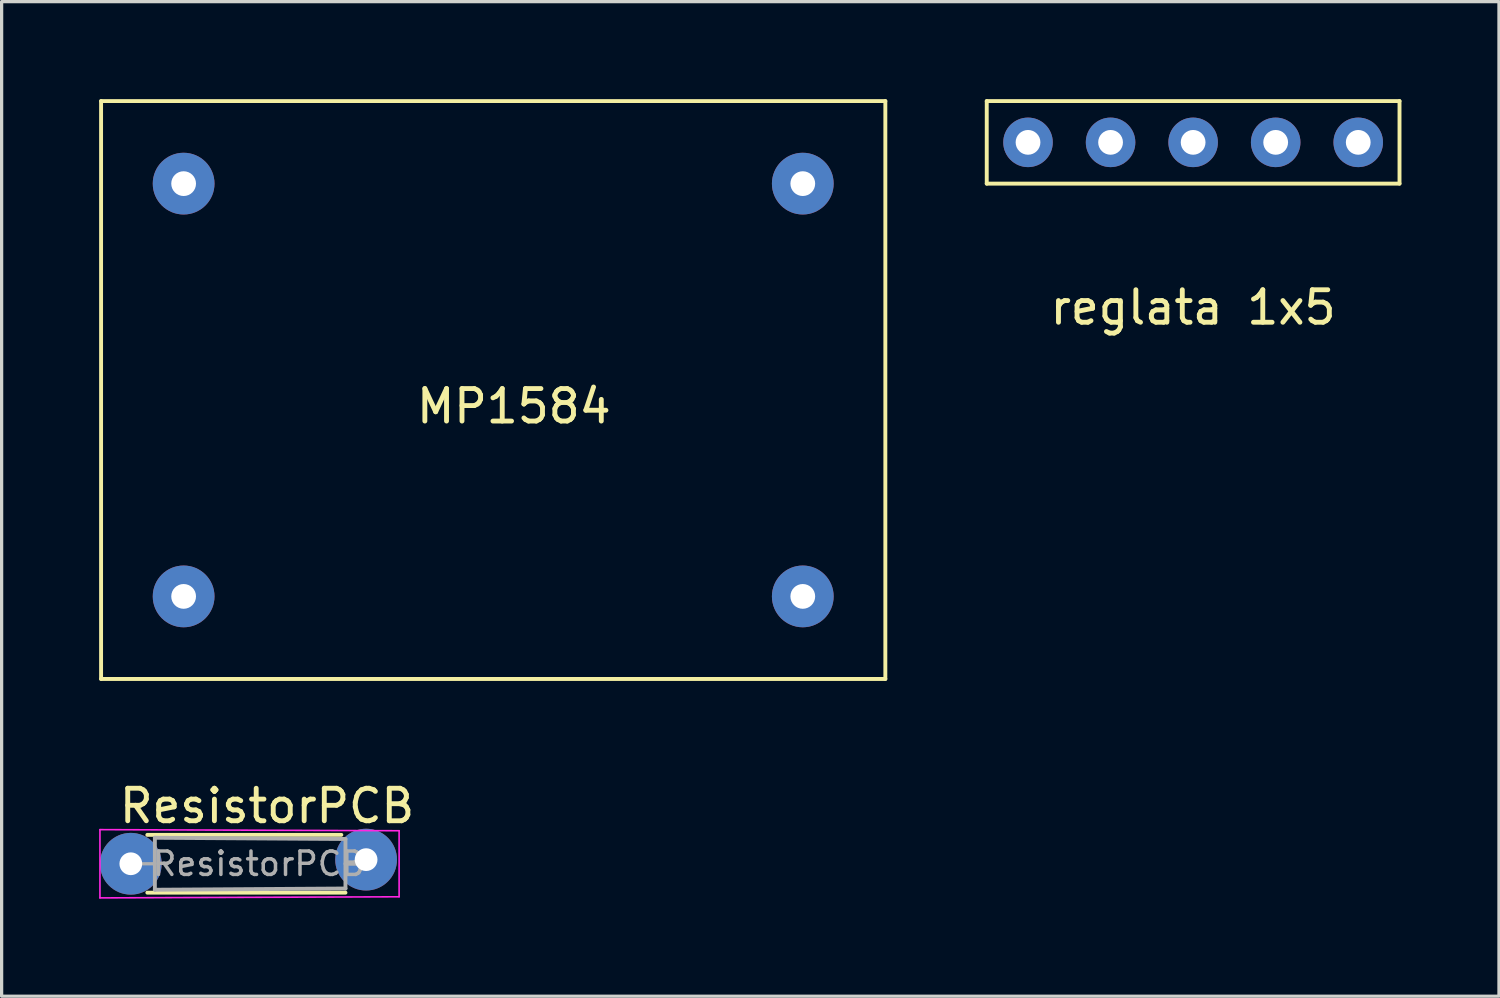
<source format=kicad_pcb>
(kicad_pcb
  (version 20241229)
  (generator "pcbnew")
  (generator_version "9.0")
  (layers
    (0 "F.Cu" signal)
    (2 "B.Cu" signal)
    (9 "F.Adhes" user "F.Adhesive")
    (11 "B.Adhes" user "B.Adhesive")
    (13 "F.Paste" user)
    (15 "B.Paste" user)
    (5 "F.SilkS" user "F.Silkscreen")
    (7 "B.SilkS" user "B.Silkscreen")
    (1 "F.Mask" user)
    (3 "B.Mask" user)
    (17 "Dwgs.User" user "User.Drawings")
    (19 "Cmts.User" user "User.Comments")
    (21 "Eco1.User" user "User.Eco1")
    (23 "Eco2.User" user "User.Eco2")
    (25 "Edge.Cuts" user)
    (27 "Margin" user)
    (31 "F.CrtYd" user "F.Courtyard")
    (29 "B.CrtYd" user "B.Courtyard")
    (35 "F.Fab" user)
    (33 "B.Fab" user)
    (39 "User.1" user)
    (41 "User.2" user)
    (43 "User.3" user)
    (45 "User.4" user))
  (footprint "MP1584"
    (layer "F.Cu")
    (at 12.76 8.95)
    (property "Reference" "MP1584" (at 0 0.5 0) (layer "F.SilkS") (effects (font (size 1 1) (thickness 0.15))))
    (attr through_hole)
    (fp_line (start -12.7 -8.89) (end 11.43 -8.89) (stroke (width 0.12) (type solid)) (layer "F.SilkS"))
    (fp_line (start -12.7 8.89) (end -12.7 -8.89) (stroke (width 0.12) (type solid)) (layer "F.SilkS"))
    (fp_line (start 11.43 -8.89) (end 11.43 8.89) (stroke (width 0.12) (type solid)) (layer "F.SilkS"))
    (fp_line (start 11.43 8.89) (end -12.7 8.89) (stroke (width 0.12) (type solid)) (layer "F.SilkS"))
    (pad "1" thru_hole circle (at -10.16 -6.35) (size 1.9 1.9) (drill 0.762) (layers "*.Cu" "*.Mask"))
    (pad "2" thru_hole circle (at -10.16 6.35) (size 1.9 1.9) (drill 0.762) (layers "*.Cu" "*.Mask"))
    (pad "3" thru_hole circle (at 8.89 -6.35) (size 1.9 1.9) (drill 0.762) (layers "*.Cu" "*.Mask"))
    (pad "4" thru_hole circle (at 8.89 6.35) (size 1.9 1.9) (drill 0.762) (layers "*.Cu" "*.Mask")))
  (footprint "ResistorPCB"
    (layer "F.Cu")
    (at 0.975 23.526)
    (property "Reference" "ResistorPCB" (at 4.191 -1.778 0) (layer "F.SilkS") (effects (font (size 1 1) (thickness 0.15))))
    (attr through_hole)
    (fp_line (start 0.508 -0.889) (end 6.477 -0.889) (stroke (width 0.12) (type solid)) (layer "F.SilkS"))
    (fp_line (start 0.508 0.889) (end 6.604 0.889) (stroke (width 0.12) (type solid)) (layer "F.SilkS"))
    (fp_line (start -0.95 -1.05) (end -0.95 1.05) (stroke (width 0.05) (type solid)) (layer "F.CrtYd"))
    (fp_line (start -0.95 -1.05) (end 8.255 -1.016) (stroke (width 0.05) (type solid)) (layer "F.CrtYd"))
    (fp_line (start -0.95 1.05) (end 8.255 1.016) (stroke (width 0.05) (type solid)) (layer "F.CrtYd"))
    (fp_line (start 8.255 1.016) (end 8.255 -1.016) (stroke (width 0.05) (type solid)) (layer "F.CrtYd"))
    (fp_line (start 0 0) (end 0.74 0) (stroke (width 0.1) (type solid)) (layer "F.Fab"))
    (fp_line (start 0.74 -0.8) (end 0.74 0.8) (stroke (width 0.12) (type solid)) (layer "F.Fab"))
    (fp_line (start 0.74 0.8) (end 6.604 0.762) (stroke (width 0.12) (type solid)) (layer "F.Fab"))
    (fp_line (start 6.604 -0.762) (end 0.74 -0.8) (stroke (width 0.12) (type solid)) (layer "F.Fab"))
    (fp_line (start 6.604 0) (end 7.239 0) (stroke (width 0.12) (type solid)) (layer "F.Fab"))
    (fp_line (start 6.604 0.762) (end 6.604 -0.762) (stroke (width 0.12) (type solid)) (layer "F.Fab"))
    (fp_text user "${REFERENCE}" (at 3.937 0 0) (layer "F.Fab") (effects (font (size 0.72 0.72) (thickness 0.108))))
    (pad "1" thru_hole circle (at 0 0) (size 1.9 1.9) (drill 0.7) (layers "*.Cu" "*.Mask"))
    (pad "2" thru_hole oval (at 7.239 -0.127) (size 1.9 1.9) (drill 0.7) (layers "*.Cu" "*.Mask")))
  (footprint "reglata 1x5"
    (layer "F.Cu")
    (at 33.66 1.33)
    (property "Reference" "reglata 1x5" (at 0 5.08 0) (layer "F.SilkS") (effects (font (size 1 1) (thickness 0.15))))
    (attr through_hole)
    (fp_line (start -6.35 -1.27) (end -6.35 1.27) (stroke (width 0.12) (type solid)) (layer "F.SilkS"))
    (fp_line (start -6.35 1.27) (end 6.35 1.27) (stroke (width 0.12) (type solid)) (layer "F.SilkS"))
    (fp_line (start 6.35 -1.27) (end -6.35 -1.27) (stroke (width 0.12) (type solid)) (layer "F.SilkS"))
    (fp_line (start 6.35 1.27) (end 6.35 -1.27) (stroke (width 0.12) (type solid)) (layer "F.SilkS"))
    (pad "1" thru_hole circle (at -5.08 0) (size 1.524 1.524) (drill 0.762) (layers "*.Cu" "*.Mask"))
    (pad "2" thru_hole circle (at -2.54 0) (size 1.524 1.524) (drill 0.762) (layers "*.Cu" "*.Mask"))
    (pad "3" thru_hole circle (at 0 0) (size 1.524 1.524) (drill 0.762) (layers "*.Cu" "*.Mask"))
    (pad "4" thru_hole circle (at 2.54 0) (size 1.524 1.524) (drill 0.762) (layers "*.Cu" "*.Mask"))
    (pad "5" thru_hole circle (at 5.08 0) (size 1.524 1.524) (drill 0.762) (layers "*.Cu" "*.Mask")))
  (gr_rect
    (start -3 -3)
    (end 43.07 27.601)
    (stroke (width 0.1) (type default))
    (fill no)
    (layer "Edge.Cuts")))
</source>
